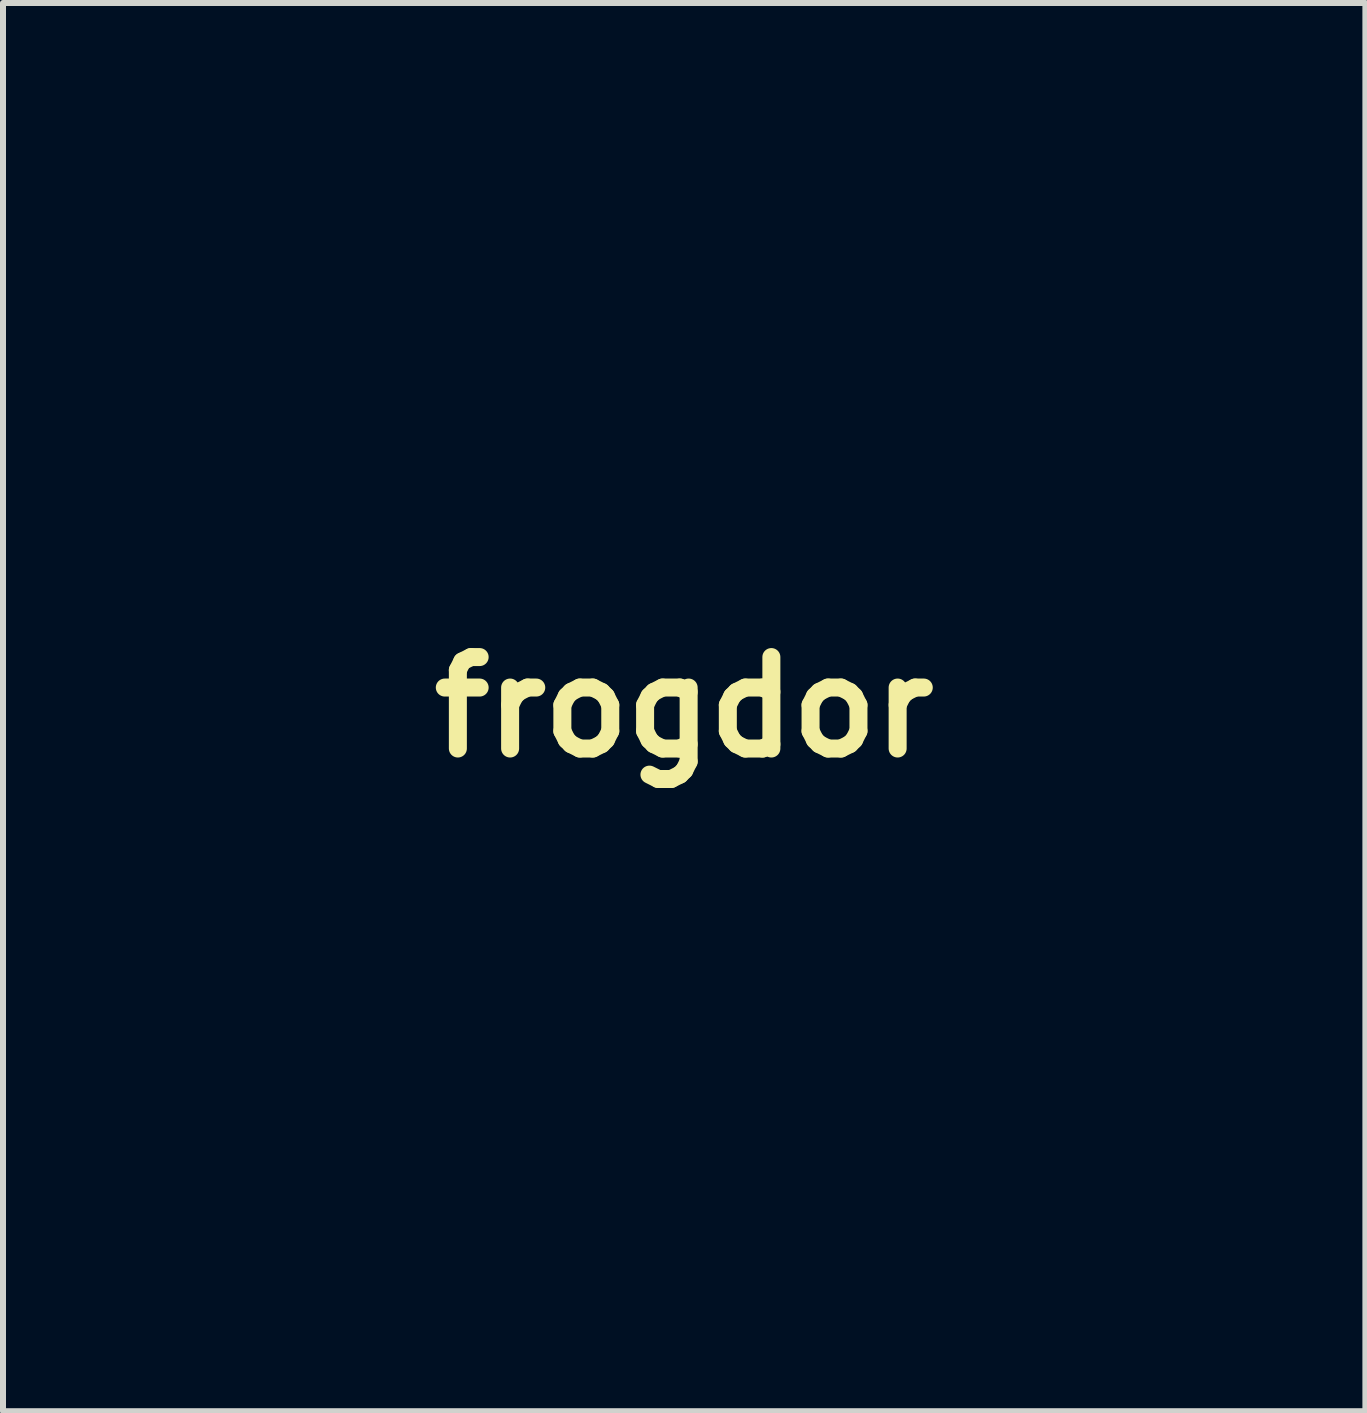
<source format=kicad_pcb>
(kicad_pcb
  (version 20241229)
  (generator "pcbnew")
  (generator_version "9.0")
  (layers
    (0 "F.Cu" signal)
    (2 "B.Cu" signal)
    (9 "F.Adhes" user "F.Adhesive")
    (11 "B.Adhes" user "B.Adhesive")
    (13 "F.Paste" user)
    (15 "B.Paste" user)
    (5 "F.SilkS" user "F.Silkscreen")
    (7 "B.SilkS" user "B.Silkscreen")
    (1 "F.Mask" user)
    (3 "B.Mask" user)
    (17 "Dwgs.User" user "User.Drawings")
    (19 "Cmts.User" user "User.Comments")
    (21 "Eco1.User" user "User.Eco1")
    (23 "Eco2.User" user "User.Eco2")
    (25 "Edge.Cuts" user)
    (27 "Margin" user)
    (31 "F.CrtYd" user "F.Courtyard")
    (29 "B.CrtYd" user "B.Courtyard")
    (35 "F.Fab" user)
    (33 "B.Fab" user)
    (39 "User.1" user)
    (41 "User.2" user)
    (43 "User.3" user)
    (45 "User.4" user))
  (footprint "frogdor"
    (layer "F.Cu")
    (at 8.355 8.736)
    (property "Reference" "frogdor" (at 0 0 0) (layer "F.SilkS") (effects (font (size 1.524 1.524) (thickness 0.3))))
    (attr through_hole)
    (fp_poly (pts (xy -8.288 -8.707) (xy -8.287 -8.7) (xy -8.311 -8.669) (xy -8.319 -8.668) (xy -8.349 -8.692) (xy -8.35 -8.7) (xy -8.326 -8.73) (xy -8.319 -8.731) (xy -8.288 -8.707)) (stroke (width 0.01) (type solid)) (fill yes) (layer "F.Mask"))
    (fp_poly (pts (xy 5.962 1.584) (xy 6.001 1.656) (xy 6.026 1.751) (xy 6.031 1.849) (xy 6.015 1.931) (xy 5.994 1.962) (xy 5.936 1.995) (xy 5.877 1.995) (xy 5.844 1.964) (xy 5.842 1.953) (xy 5.868 1.911) (xy 5.893 1.905) (xy 5.926 1.878) (xy 5.93 1.801) (xy 5.905 1.68) (xy 5.889 1.627) (xy 5.882 1.571) (xy 5.913 1.556) (xy 5.962 1.584)) (stroke (width 0.01) (type solid)) (fill yes) (layer "F.Mask"))
    (fp_poly (pts (xy 0.198 3.519) (xy 0.196 3.561) (xy 0.146 3.644) (xy 0.068 3.744) (xy -0.089 3.966) (xy -0.228 4.224) (xy -0.333 4.489) (xy -0.362 4.591) (xy -0.408 4.823) (xy -0.44 5.098) (xy -0.457 5.396) (xy -0.458 5.699) (xy -0.444 5.961) (xy -0.43 6.121) (xy -0.415 6.263) (xy -0.402 6.373) (xy -0.392 6.435) (xy -0.392 6.437) (xy -0.391 6.495) (xy -0.422 6.509) (xy -0.464 6.482) (xy -0.489 6.429) (xy -0.511 6.306) (xy -0.529 6.135) (xy -0.542 5.931) (xy -0.55 5.711) (xy -0.552 5.49) (xy -0.548 5.282) (xy -0.539 5.141) (xy -0.511 4.856) (xy -0.472 4.618) (xy -0.417 4.413) (xy -0.343 4.224) (xy -0.244 4.036) (xy -0.149 3.883) (xy -0.03 3.711) (xy 0.068 3.592) (xy 0.142 3.525) (xy 0.19 3.514) (xy 0.198 3.519)) (stroke (width 0.01) (type solid)) (fill yes) (layer "F.Mask"))
    (fp_poly (pts (xy 4.997 2.518) (xy 5.018 2.532) (xy 5.024 2.563) (xy 5.015 2.623) (xy 4.988 2.725) (xy 4.968 2.794) (xy 4.941 2.929) (xy 4.922 3.108) (xy 4.913 3.314) (xy 4.913 3.318) (xy 4.915 3.505) (xy 4.93 3.654) (xy 4.964 3.779) (xy 5.024 3.896) (xy 5.116 4.019) (xy 5.247 4.161) (xy 5.323 4.239) (xy 5.486 4.41) (xy 5.604 4.558) (xy 5.685 4.694) (xy 5.736 4.832) (xy 5.764 4.986) (xy 5.772 5.081) (xy 5.776 5.231) (xy 5.766 5.321) (xy 5.75 5.348) (xy 5.711 5.344) (xy 5.701 5.328) (xy 5.693 5.277) (xy 5.683 5.183) (xy 5.675 5.065) (xy 5.674 5.061) (xy 5.652 4.891) (xy 5.604 4.74) (xy 5.522 4.596) (xy 5.4 4.447) (xy 5.23 4.28) (xy 5.214 4.265) (xy 5.065 4.125) (xy 4.959 4.005) (xy 4.888 3.892) (xy 4.846 3.768) (xy 4.825 3.618) (xy 4.819 3.426) (xy 4.819 3.345) (xy 4.827 3.133) (xy 4.844 2.939) (xy 4.871 2.772) (xy 4.904 2.641) (xy 4.941 2.553) (xy 4.982 2.517) (xy 4.997 2.518)) (stroke (width 0.01) (type solid)) (fill yes) (layer "F.Mask"))
    (fp_poly (pts (xy 3.038 0.376) (xy 3.158 0.451) (xy 3.203 0.488) (xy 3.292 0.562) (xy 3.417 0.658) (xy 3.562 0.763) (xy 3.698 0.858) (xy 3.917 1.018) (xy 4.079 1.16) (xy 4.165 1.258) (xy 4.242 1.38) (xy 4.314 1.527) (xy 4.372 1.679) (xy 4.407 1.812) (xy 4.413 1.876) (xy 4.399 1.929) (xy 4.364 1.933) (xy 4.321 1.894) (xy 4.284 1.819) (xy 4.215 1.687) (xy 4.102 1.552) (xy 3.961 1.429) (xy 3.807 1.334) (xy 3.786 1.324) (xy 3.541 1.239) (xy 3.257 1.18) (xy 2.953 1.15) (xy 2.707 1.15) (xy 2.547 1.159) (xy 2.431 1.174) (xy 2.338 1.197) (xy 2.248 1.234) (xy 2.202 1.257) (xy 2.032 1.367) (xy 1.899 1.51) (xy 1.792 1.697) (xy 1.762 1.765) (xy 1.705 1.886) (xy 1.656 1.952) (xy 1.617 1.962) (xy 1.594 1.913) (xy 1.587 1.832) (xy 1.608 1.705) (xy 1.662 1.549) (xy 1.743 1.382) (xy 1.795 1.299) (xy 1.908 1.299) (xy 1.913 1.302) (xy 1.95 1.285) (xy 2.018 1.244) (xy 2.051 1.222) (xy 2.126 1.177) (xy 2.208 1.14) (xy 2.314 1.107) (xy 2.463 1.071) (xy 2.484 1.066) (xy 2.548 1.043) (xy 2.558 1.032) (xy 2.665 1.032) (xy 2.928 1.05) (xy 3.055 1.059) (xy 3.161 1.067) (xy 3.226 1.073) (xy 3.234 1.074) (xy 3.262 1.071) (xy 3.245 1.04) (xy 3.234 1.027) (xy 3.146 0.956) (xy 3.033 0.91) (xy 2.912 0.892) (xy 2.803 0.904) (xy 2.725 0.949) (xy 2.716 0.96) (xy 2.665 1.032) (xy 2.558 1.032) (xy 2.572 1.018) (xy 2.591 0.977) (xy 2.637 0.912) (xy 2.654 0.891) (xy 2.72 0.827) (xy 2.792 0.799) (xy 2.877 0.794) (xy 3.077 0.824) (xy 3.252 0.912) (xy 3.348 0.996) (xy 3.486 1.099) (xy 3.622 1.154) (xy 3.748 1.2) (xy 3.887 1.267) (xy 3.969 1.313) (xy 4.06 1.37) (xy 4.127 1.41) (xy 4.155 1.426) (xy 4.146 1.405) (xy 4.108 1.351) (xy 4.088 1.326) (xy 4.02 1.251) (xy 3.914 1.155) (xy 3.782 1.044) (xy 3.633 0.927) (xy 3.476 0.81) (xy 3.321 0.7) (xy 3.179 0.605) (xy 3.059 0.532) (xy 2.97 0.487) (xy 2.931 0.476) (xy 2.86 0.502) (xy 2.752 0.58) (xy 2.623 0.695) (xy 2.509 0.798) (xy 2.396 0.89) (xy 2.302 0.958) (xy 2.267 0.978) (xy 2.203 1.019) (xy 2.124 1.08) (xy 2.044 1.149) (xy 1.973 1.216) (xy 1.923 1.269) (xy 1.908 1.299) (xy 1.795 1.299) (xy 1.842 1.222) (xy 1.921 1.12) (xy 2.013 1.031) (xy 2.134 0.941) (xy 2.224 0.886) (xy 2.386 0.778) (xy 2.535 0.641) (xy 2.559 0.614) (xy 2.695 0.471) (xy 2.815 0.384) (xy 2.927 0.353) (xy 3.038 0.376)) (stroke (width 0.01) (type solid)) (fill yes) (layer "F.Mask"))
    (fp_poly (pts (xy 7.135 5.329) (xy 7.314 5.368) (xy 7.462 5.435) (xy 7.509 5.47) (xy 7.543 5.519) (xy 7.595 5.614) (xy 7.661 5.746) (xy 7.733 5.9) (xy 7.808 6.067) (xy 7.88 6.234) (xy 7.943 6.388) (xy 7.993 6.519) (xy 8.025 6.614) (xy 8.033 6.656) (xy 8.023 6.701) (xy 7.994 6.686) (xy 7.945 6.612) (xy 7.878 6.479) (xy 7.792 6.286) (xy 7.737 6.157) (xy 7.662 5.983) (xy 7.592 5.826) (xy 7.529 5.696) (xy 7.482 5.605) (xy 7.456 5.568) (xy 7.372 5.509) (xy 7.247 5.459) (xy 7.103 5.424) (xy 6.963 5.41) (xy 6.879 5.415) (xy 6.741 5.449) (xy 6.611 5.509) (xy 6.478 5.602) (xy 6.329 5.736) (xy 6.231 5.835) (xy 5.969 6.109) (xy 5.969 6.309) (xy 5.971 6.412) (xy 5.977 6.484) (xy 5.983 6.509) (xy 6.02 6.497) (xy 6.076 6.473) (xy 6.187 6.446) (xy 6.273 6.473) (xy 6.333 6.552) (xy 6.366 6.679) (xy 6.371 6.85) (xy 6.346 7.062) (xy 6.298 7.285) (xy 6.271 7.43) (xy 6.257 7.588) (xy 6.256 7.666) (xy 6.259 7.792) (xy 6.258 7.864) (xy 6.249 7.894) (xy 6.231 7.892) (xy 6.207 7.874) (xy 6.176 7.813) (xy 6.162 7.703) (xy 6.165 7.558) (xy 6.184 7.39) (xy 6.207 7.271) (xy 6.231 7.128) (xy 6.248 6.96) (xy 6.254 6.822) (xy 6.252 6.697) (xy 6.245 6.622) (xy 6.228 6.583) (xy 6.199 6.565) (xy 6.193 6.564) (xy 6.118 6.573) (xy 6.053 6.638) (xy 6.004 6.75) (xy 5.982 6.867) (xy 5.96 6.986) (xy 5.931 7.043) (xy 5.917 7.048) (xy 5.901 7.037) (xy 5.889 6.997) (xy 5.881 6.922) (xy 5.876 6.803) (xy 5.874 6.633) (xy 5.874 6.511) (xy 5.873 6.314) (xy 5.872 6.171) (xy 5.867 6.072) (xy 5.859 6.007) (xy 5.846 5.967) (xy 5.826 5.941) (xy 5.803 5.923) (xy 5.744 5.892) (xy 5.703 5.906) (xy 5.696 5.914) (xy 5.653 5.987) (xy 5.609 6.106) (xy 5.572 6.251) (xy 5.544 6.405) (xy 5.536 6.477) (xy 5.522 6.596) (xy 5.503 6.698) (xy 5.486 6.753) (xy 5.473 6.797) (xy 5.473 6.858) (xy 5.487 6.948) (xy 5.517 7.077) (xy 5.564 7.254) (xy 5.575 7.295) (xy 5.579 7.351) (xy 5.545 7.366) (xy 5.504 7.336) (xy 5.463 7.246) (xy 5.419 7.096) (xy 5.374 6.883) (xy 5.333 6.645) (xy 5.301 6.464) (xy 5.271 6.338) (xy 5.24 6.256) (xy 5.21 6.212) (xy 5.161 6.169) (xy 5.126 6.17) (xy 5.077 6.209) (xy 5.047 6.241) (xy 5.028 6.278) (xy 5.019 6.335) (xy 5.019 6.424) (xy 5.025 6.56) (xy 5.027 6.605) (xy 5.04 6.775) (xy 5.058 6.903) (xy 5.086 7.011) (xy 5.129 7.122) (xy 5.142 7.152) (xy 5.199 7.281) (xy 5.229 7.364) (xy 5.234 7.409) (xy 5.216 7.428) (xy 5.198 7.429) (xy 5.166 7.402) (xy 5.121 7.331) (xy 5.071 7.231) (xy 5.069 7.226) (xy 5.014 7.114) (xy 4.958 7.019) (xy 4.914 6.964) (xy 4.874 6.931) (xy 4.858 6.934) (xy 4.861 6.982) (xy 4.87 7.048) (xy 4.906 7.183) (xy 4.971 7.351) (xy 5.059 7.537) (xy 5.161 7.724) (xy 5.267 7.895) (xy 5.371 8.035) (xy 5.375 8.039) (xy 5.467 8.153) (xy 5.517 8.229) (xy 5.527 8.272) (xy 5.499 8.287) (xy 5.492 8.287) (xy 5.46 8.265) (xy 5.4 8.209) (xy 5.329 8.136) (xy 5.203 7.986) (xy 5.089 7.819) (xy 4.987 7.642) (xy 4.901 7.463) (xy 4.834 7.29) (xy 4.788 7.131) (xy 4.766 6.995) (xy 4.771 6.888) (xy 4.805 6.818) (xy 4.869 6.795) (xy 4.9 6.791) (xy 4.919 6.773) (xy 4.931 6.73) (xy 4.936 6.649) (xy 4.937 6.519) (xy 4.937 6.471) (xy 4.938 6.324) (xy 4.942 6.228) (xy 4.952 6.169) (xy 4.972 6.133) (xy 5.004 6.109) (xy 5.019 6.1) (xy 5.13 6.067) (xy 5.229 6.092) (xy 5.313 6.172) (xy 5.373 6.302) (xy 5.393 6.386) (xy 5.419 6.525) (xy 5.445 6.366) (xy 5.476 6.216) (xy 5.52 6.065) (xy 5.57 5.931) (xy 5.62 5.832) (xy 5.641 5.805) (xy 5.723 5.753) (xy 5.812 5.755) (xy 5.894 5.805) (xy 5.951 5.898) (xy 5.953 5.906) (xy 5.969 5.934) (xy 5.994 5.931) (xy 6.038 5.889) (xy 6.111 5.804) (xy 6.116 5.797) (xy 6.261 5.638) (xy 6.405 5.516) (xy 6.573 5.412) (xy 6.604 5.396) (xy 6.761 5.341) (xy 6.944 5.319) (xy 7.135 5.329)) (stroke (width 0.01) (type solid)) (fill yes) (layer "F.Mask"))
    (fp_poly (pts (xy 1.893 -0.117) (xy 2.119 -0.038) (xy 2.176 -0.011) (xy 2.344 0.071) (xy 2.453 -0.012) (xy 2.608 -0.093) (xy 2.804 -0.136) (xy 3.028 -0.137) (xy 3.103 -0.128) (xy 3.237 -0.102) (xy 3.353 -0.058) (xy 3.479 0.015) (xy 3.521 0.043) (xy 3.654 0.132) (xy 3.747 0.189) (xy 3.813 0.217) (xy 3.866 0.218) (xy 3.92 0.195) (xy 3.988 0.151) (xy 4.007 0.138) (xy 4.089 0.086) (xy 4.158 0.055) (xy 4.234 0.038) (xy 4.338 0.033) (xy 4.44 0.032) (xy 4.62 0.039) (xy 4.754 0.067) (xy 4.86 0.124) (xy 4.954 0.22) (xy 5.038 0.336) (xy 5.108 0.45) (xy 5.146 0.546) (xy 5.164 0.658) (xy 5.169 0.726) (xy 5.161 0.948) (xy 5.116 1.14) (xy 5.081 1.264) (xy 5.074 1.352) (xy 5.1 1.424) (xy 5.167 1.501) (xy 5.236 1.566) (xy 5.334 1.641) (xy 5.426 1.692) (xy 5.501 1.713) (xy 5.544 1.699) (xy 5.548 1.691) (xy 5.566 1.651) (xy 5.607 1.567) (xy 5.662 1.453) (xy 5.708 1.361) (xy 5.779 1.224) (xy 5.833 1.135) (xy 5.875 1.083) (xy 5.916 1.059) (xy 5.942 1.054) (xy 6.024 1.068) (xy 6.091 1.128) (xy 6.134 1.176) (xy 6.18 1.197) (xy 6.25 1.199) (xy 6.33 1.19) (xy 6.504 1.168) (xy 6.588 1.302) (xy 6.642 1.382) (xy 6.687 1.419) (xy 6.746 1.427) (xy 6.813 1.421) (xy 6.93 1.42) (xy 7.008 1.446) (xy 7.027 1.465) (xy 7.033 1.492) (xy 7.025 1.537) (xy 6.998 1.609) (xy 6.95 1.715) (xy 6.879 1.865) (xy 6.833 1.958) (xy 6.756 2.116) (xy 6.69 2.255) (xy 6.64 2.364) (xy 6.61 2.433) (xy 6.603 2.452) (xy 6.627 2.463) (xy 6.65 2.457) (xy 6.692 2.471) (xy 6.767 2.526) (xy 6.865 2.614) (xy 6.98 2.727) (xy 7.102 2.857) (xy 7.225 2.994) (xy 7.34 3.132) (xy 7.439 3.262) (xy 7.439 3.263) (xy 7.578 3.473) (xy 7.723 3.719) (xy 7.86 3.978) (xy 7.978 4.227) (xy 8.048 4.397) (xy 8.143 4.679) (xy 8.221 4.977) (xy 8.283 5.28) (xy 8.325 5.574) (xy 8.347 5.848) (xy 8.346 6.089) (xy 8.32 6.285) (xy 8.319 6.289) (xy 8.268 6.455) (xy 8.189 6.652) (xy 8.088 6.863) (xy 7.977 7.068) (xy 7.89 7.208) (xy 7.672 7.48) (xy 7.397 7.727) (xy 7.067 7.948) (xy 6.685 8.143) (xy 6.251 8.31) (xy 5.769 8.45) (xy 5.24 8.56) (xy 4.666 8.64) (xy 4.397 8.666) (xy 4.259 8.675) (xy 4.071 8.685) (xy 3.847 8.695) (xy 3.6 8.705) (xy 3.344 8.713) (xy 3.143 8.718) (xy 2.709 8.725) (xy 2.328 8.722) (xy 1.99 8.71) (xy 1.686 8.688) (xy 1.405 8.655) (xy 1.172 8.618) (xy 0.899 8.568) (xy 0.778 8.649) (xy 0.63 8.714) (xy 0.456 8.729) (xy 0.272 8.695) (xy 0.194 8.665) (xy 0.115 8.623) (xy -0.001 8.554) (xy -0.139 8.466) (xy -0.282 8.37) (xy -0.293 8.363) (xy -0.446 8.261) (xy -0.603 8.162) (xy -0.745 8.078) (xy -0.852 8.022) (xy -0.933 7.984) (xy -1.001 7.958) (xy -1.069 7.94) (xy -1.151 7.929) (xy -1.258 7.923) (xy -1.405 7.92) (xy -1.579 7.919) (xy -1.775 7.917) (xy -1.917 7.914) (xy -2.016 7.907) (xy -2.082 7.897) (xy -2.126 7.881) (xy -2.158 7.859) (xy -2.16 7.857) (xy -2.217 7.776) (xy -2.213 7.692) (xy -2.149 7.609) (xy -2.028 7.529) (xy -1.852 7.455) (xy -1.819 7.443) (xy -1.71 7.406) (xy -1.653 7.382) (xy -1.642 7.364) (xy -1.668 7.348) (xy -1.683 7.341) (xy -1.748 7.323) (xy -1.858 7.301) (xy -1.996 7.276) (xy -2.093 7.261) (xy -2.309 7.22) (xy -2.467 7.167) (xy -2.564 7.104) (xy -2.601 7.031) (xy -2.596 7.017) (xy -2.477 7.017) (xy -2.445 7.06) (xy -2.353 7.103) (xy -2.204 7.145) (xy -1.999 7.184) (xy -1.97 7.188) (xy -1.757 7.229) (xy -1.597 7.277) (xy -1.492 7.329) (xy -1.446 7.384) (xy -1.445 7.398) (xy -1.475 7.43) (xy -1.562 7.472) (xy -1.702 7.519) (xy -1.716 7.523) (xy -1.876 7.573) (xy -1.983 7.612) (xy -2.047 7.645) (xy -2.076 7.679) (xy -2.079 7.719) (xy -2.075 7.74) (xy -2.056 7.781) (xy -2.015 7.804) (xy -1.937 7.814) (xy -1.877 7.817) (xy -1.75 7.819) (xy -1.595 7.818) (xy -1.46 7.815) (xy -1.272 7.815) (xy -1.103 7.835) (xy -0.941 7.878) (xy -0.773 7.949) (xy -0.587 8.052) (xy -0.37 8.193) (xy -0.298 8.243) (xy -0.068 8.398) (xy 0.122 8.513) (xy 0.279 8.589) (xy 0.412 8.629) (xy 0.527 8.634) (xy 0.632 8.607) (xy 0.736 8.549) (xy 0.785 8.513) (xy 0.892 8.42) (xy 0.995 8.317) (xy 1.045 8.259) (xy 1.12 8.178) (xy 1.183 8.134) (xy 1.226 8.131) (xy 1.238 8.164) (xy 1.218 8.206) (xy 1.167 8.275) (xy 1.124 8.326) (xy 1.065 8.4) (xy 1.036 8.457) (xy 1.037 8.477) (xy 1.097 8.504) (xy 1.213 8.53) (xy 1.378 8.553) (xy 1.582 8.574) (xy 1.819 8.593) (xy 2.081 8.607) (xy 2.36 8.618) (xy 2.649 8.624) (xy 2.94 8.626) (xy 3.224 8.622) (xy 3.27 8.62) (xy 3.827 8.599) (xy 4.328 8.567) (xy 4.78 8.523) (xy 5.19 8.467) (xy 5.563 8.397) (xy 5.908 8.313) (xy 6.231 8.213) (xy 6.539 8.095) (xy 6.598 8.071) (xy 6.941 7.907) (xy 7.23 7.731) (xy 7.476 7.535) (xy 7.688 7.309) (xy 7.875 7.044) (xy 8.041 6.747) (xy 8.153 6.491) (xy 8.224 6.246) (xy 8.255 5.995) (xy 8.249 5.719) (xy 8.221 5.483) (xy 8.109 4.94) (xy 7.943 4.421) (xy 7.724 3.929) (xy 7.455 3.47) (xy 7.139 3.049) (xy 6.845 2.735) (xy 6.604 2.501) (xy 6.604 2.624) (xy 6.611 2.705) (xy 6.632 2.83) (xy 6.663 2.977) (xy 6.689 3.09) (xy 6.727 3.247) (xy 6.749 3.36) (xy 6.757 3.447) (xy 6.753 3.524) (xy 6.739 3.606) (xy 6.677 3.787) (xy 6.575 3.967) (xy 6.446 4.124) (xy 6.32 4.23) (xy 6.239 4.278) (xy 6.168 4.305) (xy 6.085 4.315) (xy 5.967 4.314) (xy 5.937 4.312) (xy 5.78 4.299) (xy 5.652 4.269) (xy 5.515 4.212) (xy 5.485 4.198) (xy 5.321 4.099) (xy 5.187 3.985) (xy 5.094 3.865) (xy 5.059 3.785) (xy 5.054 3.715) (xy 5.075 3.687) (xy 5.111 3.71) (xy 5.123 3.729) (xy 5.27 3.919) (xy 5.46 4.067) (xy 5.683 4.168) (xy 5.923 4.215) (xy 6.089 4.214) (xy 6.221 4.175) (xy 6.34 4.089) (xy 6.409 4.017) (xy 6.529 3.859) (xy 6.605 3.701) (xy 6.638 3.532) (xy 6.632 3.337) (xy 6.588 3.105) (xy 6.576 3.059) (xy 6.526 2.829) (xy 6.508 2.63) (xy 6.524 2.444) (xy 6.577 2.256) (xy 6.669 2.049) (xy 6.757 1.887) (xy 6.836 1.745) (xy 6.881 1.648) (xy 6.893 1.586) (xy 6.87 1.551) (xy 6.812 1.532) (xy 6.735 1.523) (xy 6.605 1.494) (xy 6.516 1.443) (xy 6.478 1.375) (xy 6.477 1.364) (xy 6.45 1.331) (xy 6.386 1.306) (xy 6.313 1.297) (xy 6.271 1.304) (xy 6.182 1.328) (xy 6.114 1.31) (xy 6.047 1.249) (xy 5.993 1.196) (xy 5.957 1.185) (xy 5.916 1.213) (xy 5.907 1.221) (xy 5.86 1.285) (xy 5.8 1.399) (xy 5.73 1.552) (xy 5.657 1.733) (xy 5.582 1.93) (xy 5.512 2.133) (xy 5.45 2.331) (xy 5.4 2.512) (xy 5.384 2.58) (xy 5.354 2.645) (xy 5.315 2.667) (xy 5.292 2.661) (xy 5.281 2.637) (xy 5.284 2.586) (xy 5.302 2.501) (xy 5.337 2.372) (xy 5.389 2.191) (xy 5.389 2.191) (xy 5.426 2.063) (xy 5.458 1.955) (xy 5.479 1.884) (xy 5.483 1.87) (xy 5.474 1.828) (xy 5.411 1.802) (xy 5.399 1.799) (xy 5.289 1.749) (xy 5.167 1.643) (xy 5.039 1.488) (xy 4.909 1.29) (xy 4.829 1.143) (xy 4.752 1) (xy 4.678 0.867) (xy 4.615 0.761) (xy 4.577 0.705) (xy 4.441 0.575) (xy 4.246 0.471) (xy 4.021 0.4) (xy 3.856 0.347) (xy 3.693 0.265) (xy 3.924 0.265) (xy 4.114 0.318) (xy 4.306 0.384) (xy 4.462 0.466) (xy 4.592 0.576) (xy 4.71 0.725) (xy 4.826 0.921) (xy 4.862 0.992) (xy 4.995 1.254) (xy 5.041 1.143) (xy 5.07 1.049) (xy 5.094 0.924) (xy 5.104 0.837) (xy 5.12 0.642) (xy 4.949 0.592) (xy 4.865 0.556) (xy 4.756 0.496) (xy 4.636 0.421) (xy 4.517 0.338) (xy 4.411 0.257) (xy 4.331 0.187) (xy 4.289 0.137) (xy 4.286 0.125) (xy 4.263 0.097) (xy 4.2 0.103) (xy 4.112 0.142) (xy 4.049 0.18) (xy 3.924 0.265) (xy 3.693 0.265) (xy 3.69 0.264) (xy 3.552 0.175) (xy 3.314 0.039) (xy 3.088 -0.039) (xy 2.878 -0.057) (xy 2.685 -0.017) (xy 2.512 0.082) (xy 2.429 0.16) (xy 2.334 0.249) (xy 2.221 0.33) (xy 2.078 0.411) (xy 1.892 0.499) (xy 1.76 0.556) (xy 1.522 0.663) (xy 1.336 0.765) (xy 1.191 0.868) (xy 1.077 0.98) (xy 1.051 1.012) (xy 0.975 1.122) (xy 0.902 1.251) (xy 0.842 1.38) (xy 0.803 1.49) (xy 0.794 1.547) (xy 0.776 1.621) (xy 0.752 1.656) (xy 0.731 1.69) (xy 0.741 1.741) (xy 0.783 1.826) (xy 0.784 1.827) (xy 0.84 1.939) (xy 0.892 2.066) (xy 0.935 2.19) (xy 0.964 2.295) (xy 0.971 2.364) (xy 0.969 2.374) (xy 0.945 2.404) (xy 0.914 2.382) (xy 0.874 2.304) (xy 0.823 2.168) (xy 0.811 2.131) (xy 0.757 1.991) (xy 0.699 1.877) (xy 0.642 1.799) (xy 0.594 1.762) (xy 0.559 1.776) (xy 0.554 1.788) (xy 0.561 1.846) (xy 0.61 1.931) (xy 0.631 1.959) (xy 0.692 2.049) (xy 0.75 2.159) (xy 0.8 2.276) (xy 0.84 2.389) (xy 0.865 2.488) (xy 0.873 2.56) (xy 0.859 2.596) (xy 0.83 2.591) (xy 0.807 2.555) (xy 0.77 2.474) (xy 0.727 2.365) (xy 0.717 2.339) (xy 0.654 2.191) (xy 0.584 2.071) (xy 0.536 2.013) (xy 0.489 1.971) (xy 0.443 1.944) (xy 0.383 1.928) (xy 0.294 1.92) (xy 0.16 1.916) (xy 0.117 1.915) (xy -0.116 1.902) (xy -0.302 1.87) (xy -0.455 1.814) (xy -0.588 1.732) (xy -0.591 1.73) (xy -0.677 1.671) (xy -0.73 1.657) (xy -0.761 1.688) (xy -0.776 1.733) (xy -0.802 1.792) (xy -0.849 1.802) (xy -0.872 1.797) (xy -0.96 1.803) (xy -0.998 1.828) (xy -1.024 1.863) (xy -1.026 1.903) (xy -1 1.966) (xy -0.965 2.033) (xy -0.921 2.127) (xy -0.899 2.204) (xy -0.899 2.235) (xy -0.936 2.28) (xy -1.007 2.338) (xy -1.046 2.364) (xy -1.121 2.415) (xy -1.168 2.454) (xy -1.175 2.464) (xy -1.146 2.472) (xy -1.068 2.475) (xy -0.958 2.473) (xy -0.929 2.472) (xy -0.683 2.461) (xy -0.663 2.778) (xy -0.617 3.146) (xy -0.528 3.503) (xy -0.432 3.757) (xy -0.388 3.868) (xy -0.374 3.934) (xy -0.392 3.964) (xy -0.42 3.969) (xy -0.449 3.941) (xy -0.491 3.865) (xy -0.541 3.756) (xy -0.592 3.626) (xy -0.639 3.489) (xy -0.653 3.441) (xy -0.707 3.257) (xy -0.869 3.732) (xy -1.032 4.207) (xy -1.032 5.016) (xy -1.028 5.367) (xy -1.017 5.665) (xy -0.996 5.921) (xy -0.963 6.144) (xy -0.915 6.344) (xy -0.851 6.534) (xy -0.767 6.721) (xy -0.663 6.917) (xy -0.599 7.028) (xy -0.464 7.255) (xy -0.405 7.048) (xy -0.358 6.919) (xy -0.303 6.819) (xy -0.248 6.759) (xy -0.199 6.747) (xy -0.183 6.757) (xy -0.162 6.801) (xy -0.133 6.892) (xy -0.099 7.017) (xy -0.063 7.161) (xy -0.029 7.313) (xy 0.001 7.458) (xy 0.024 7.583) (xy 0.037 7.676) (xy 0.037 7.722) (xy 0.035 7.724) (xy 0.011 7.734) (xy -0.014 7.709) (xy -0.043 7.642) (xy -0.077 7.529) (xy -0.119 7.362) (xy -0.142 7.263) (xy -0.177 7.121) (xy -0.21 7.006) (xy -0.237 6.931) (xy -0.254 6.906) (xy -0.255 6.906) (xy -0.273 6.943) (xy -0.3 7.032) (xy -0.335 7.163) (xy -0.373 7.325) (xy -0.413 7.507) (xy -0.429 7.58) (xy -0.451 7.65) (xy -0.476 7.683) (xy -0.478 7.684) (xy -0.505 7.657) (xy -0.55 7.587) (xy -0.602 7.488) (xy -0.609 7.476) (xy -0.746 7.253) (xy -0.924 7.057) (xy -1.127 6.904) (xy -1.218 6.855) (xy -1.317 6.811) (xy -1.39 6.783) (xy -1.422 6.778) (xy -1.414 6.809) (xy -1.381 6.882) (xy -1.328 6.984) (xy -1.305 7.027) (xy -1.226 7.175) (xy -1.183 7.273) (xy -1.178 7.322) (xy -1.214 7.326) (xy -1.293 7.288) (xy -1.416 7.209) (xy -1.438 7.194) (xy -1.641 7.074) (xy -1.841 6.982) (xy -2.029 6.922) (xy -2.196 6.895) (xy -2.33 6.906) (xy -2.397 6.934) (xy -2.454 6.98) (xy -2.477 7.017) (xy -2.596 7.017) (xy -2.576 6.949) (xy -2.526 6.891) (xy -2.408 6.823) (xy -2.251 6.797) (xy -2.063 6.814) (xy -1.851 6.872) (xy -1.623 6.971) (xy -1.603 6.981) (xy -1.512 7.029) (xy -1.443 7.064) (xy -1.418 7.076) (xy -1.416 7.058) (xy -1.438 7) (xy -1.458 6.958) (xy -1.491 6.876) (xy -1.515 6.784) (xy -1.527 6.701) (xy -1.524 6.647) (xy -1.513 6.636) (xy -1.452 6.649) (xy -1.355 6.684) (xy -1.24 6.733) (xy -1.126 6.786) (xy -1.033 6.837) (xy -1.007 6.853) (xy -0.866 6.966) (xy -0.733 7.1) (xy -0.627 7.236) (xy -0.588 7.301) (xy -0.54 7.373) (xy -0.501 7.395) (xy -0.478 7.365) (xy -0.476 7.338) (xy -0.502 7.281) (xy -0.532 7.263) (xy -0.589 7.221) (xy -0.659 7.128) (xy -0.737 6.996) (xy -0.819 6.835) (xy -0.898 6.656) (xy -0.97 6.469) (xy -1.029 6.284) (xy -1.069 6.128) (xy -1.087 6.029) (xy -1.101 5.922) (xy -1.112 5.798) (xy -1.119 5.646) (xy -1.124 5.458) (xy -1.126 5.222) (xy -1.126 5.016) (xy -1.127 4.175) (xy -0.976 3.738) (xy -0.923 3.579) (xy -0.877 3.439) (xy -0.844 3.331) (xy -0.827 3.266) (xy -0.826 3.255) (xy -0.801 3.201) (xy -0.779 3.184) (xy -0.758 3.16) (xy -0.746 3.109) (xy -0.745 3.021) (xy -0.751 2.883) (xy -0.752 2.865) (xy -0.771 2.571) (xy -0.965 2.589) (xy -1.113 2.59) (xy -1.227 2.569) (xy -1.3 2.529) (xy -1.328 2.477) (xy -1.304 2.418) (xy -1.223 2.358) (xy -1.214 2.353) (xy -1.107 2.293) (xy -1.052 2.238) (xy -1.041 2.172) (xy -1.07 2.078) (xy -1.086 2.038) (xy -1.132 1.891) (xy -1.13 1.785) (xy -1.078 1.717) (xy -0.98 1.689) (xy -0.889 1.667) (xy -0.837 1.614) (xy -0.831 1.602) (xy -0.776 1.538) (xy -0.7 1.532) (xy -0.609 1.584) (xy -0.6 1.592) (xy -0.529 1.643) (xy -0.425 1.703) (xy -0.349 1.741) (xy -0.254 1.781) (xy -0.164 1.805) (xy -0.058 1.817) (xy 0.084 1.82) (xy 0.127 1.82) (xy 0.268 1.818) (xy 0.358 1.813) (xy 0.409 1.801) (xy 0.433 1.781) (xy 0.44 1.759) (xy 0.478 1.667) (xy 0.544 1.63) (xy 0.592 1.633) (xy 0.639 1.637) (xy 0.669 1.609) (xy 0.694 1.534) (xy 0.698 1.516) (xy 0.798 1.233) (xy 0.94 0.998) (xy 0.996 0.915) (xy 1.029 0.831) (xy 1.048 0.723) (xy 1.052 0.669) (xy 1.111 0.669) (xy 1.111 0.789) (xy 1.265 0.686) (xy 1.36 0.63) (xy 1.495 0.562) (xy 1.647 0.492) (xy 1.752 0.448) (xy 1.9 0.385) (xy 2.036 0.318) (xy 2.143 0.256) (xy 2.194 0.22) (xy 2.302 0.125) (xy 2.175 0.209) (xy 2.099 0.253) (xy 2.03 0.277) (xy 1.943 0.283) (xy 1.826 0.278) (xy 1.666 0.258) (xy 1.517 0.221) (xy 1.452 0.197) (xy 1.301 0.13) (xy 1.255 0.201) (xy 1.191 0.328) (xy 1.14 0.482) (xy 1.113 0.629) (xy 1.111 0.669) (xy 1.052 0.669) (xy 1.055 0.642) (xy 1.09 0.428) (xy 1.161 0.233) (xy 1.26 0.072) (xy 1.351 -0.019) (xy 1.512 -0.108) (xy 1.692 -0.141) (xy 1.893 -0.117)) (stroke (width 0.01) (type solid)) (fill yes) (layer "F.Mask")))
  (gr_rect
    (start -3 -3)
    (end 19.707 20.47)
    (stroke (width 0.1) (type default))
    (fill no)
    (layer "Edge.Cuts")))
</source>
